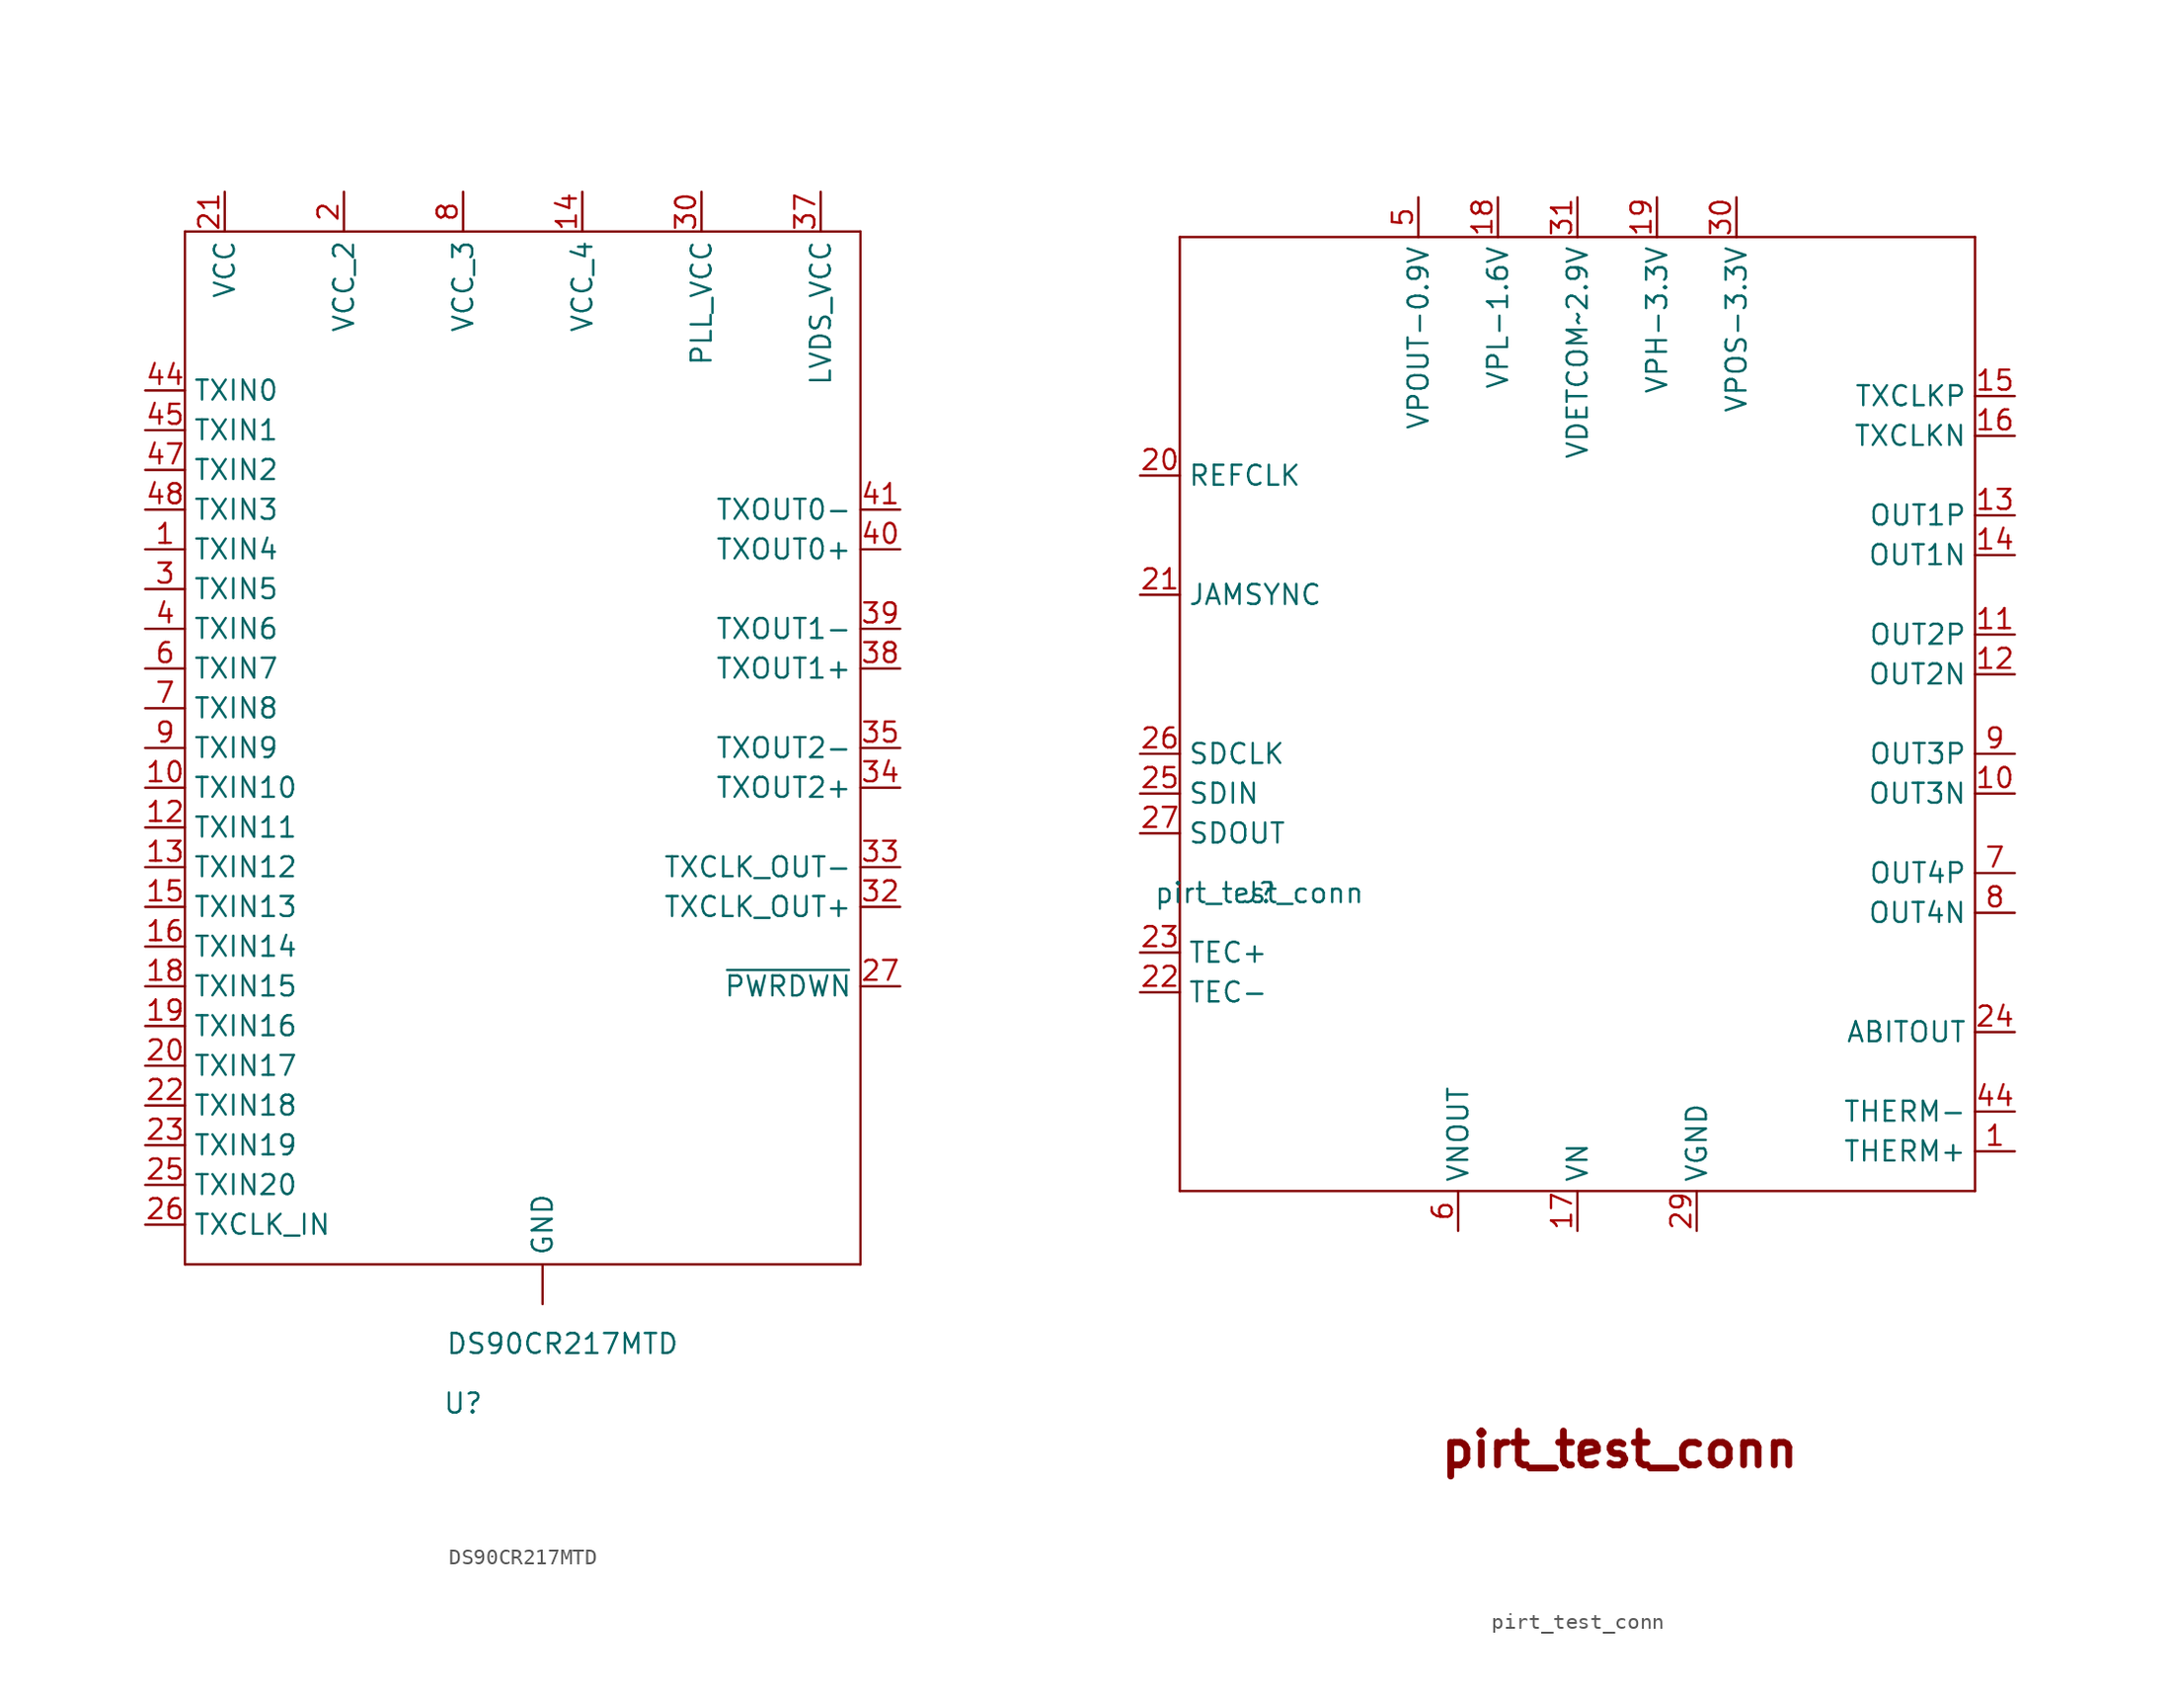
<source format=kicad_sym>
(kicad_symbol_lib
  (version 20201005)
  (generator kicad_symbol_editor)
  (symbol "proj_lib:DS90CR217MTD"
    (property "Reference" "U"
      (at -3.81 -41.91 0)
      (effects (font (size 1.27 1.27))))
    (property "Value" "DS90CR217MTD"
      (at 2.54 -38.1 0)
      (effects (font (size 1.27 1.27))))
    (symbol "DS90CR217MTD_1_0"
      (polyline (pts (xy -21.59 -33.02) (xy 21.59 -33.02)) (stroke (width 0.152)) (fill (type none)))
      (polyline (pts (xy -21.59 33.02) (xy -21.59 -33.02)) (stroke (width 0.152)) (fill (type none)))
      (polyline (pts (xy 21.59 -33.02) (xy 21.59 33.02)) (stroke (width 0.152)) (fill (type none)))
      (polyline (pts (xy 21.59 33.02) (xy -21.59 33.02)) (stroke (width 0.152)) (fill (type none)))
      (pin input line (at -24.13 12.7 0) (length 2.54) (name "TXIN4" (effects (font (size 1.27 1.27)))) (number "1" (effects (font (size 1.27 1.27)))))
      (pin input line (at -24.13 -2.54 0) (length 2.54) (name "TXIN10" (effects (font (size 1.27 1.27)))) (number "10" (effects (font (size 1.27 1.27)))))
      (pin power_in line (at 1.27 -35.56 90) (length 2.54) (name "GND" (effects (font (size 1.27 1.27)))) (number "11" (effects (font (size 0 0)))))
      (pin input line (at -24.13 -5.08 0) (length 2.54) (name "TXIN11" (effects (font (size 1.27 1.27)))) (number "12" (effects (font (size 1.27 1.27)))))
      (pin input line (at -24.13 -7.62 0) (length 2.54) (name "TXIN12" (effects (font (size 1.27 1.27)))) (number "13" (effects (font (size 1.27 1.27)))))
      (pin power_in line (at 3.81 35.56 270) (length 2.54) (name "VCC_4" (effects (font (size 1.27 1.27)))) (number "14" (effects (font (size 1.27 1.27)))))
      (pin input line (at -24.13 -10.16 0) (length 2.54) (name "TXIN13" (effects (font (size 1.27 1.27)))) (number "15" (effects (font (size 1.27 1.27)))))
      (pin input line (at -24.13 -12.7 0) (length 2.54) (name "TXIN14" (effects (font (size 1.27 1.27)))) (number "16" (effects (font (size 1.27 1.27)))))
      (pin input line (at -24.13 -15.24 0) (length 2.54) (name "TXIN15" (effects (font (size 1.27 1.27)))) (number "18" (effects (font (size 1.27 1.27)))))
      (pin input line (at -24.13 -17.78 0) (length 2.54) (name "TXIN16" (effects (font (size 1.27 1.27)))) (number "19" (effects (font (size 1.27 1.27)))))
      (pin power_in line (at -11.43 35.56 270) (length 2.54) (name "VCC_2" (effects (font (size 1.27 1.27)))) (number "2" (effects (font (size 1.27 1.27)))))
      (pin input line (at -24.13 -20.32 0) (length 2.54) (name "TXIN17" (effects (font (size 1.27 1.27)))) (number "20" (effects (font (size 1.27 1.27)))))
      (pin power_in line (at -19.05 35.56 270) (length 2.54) (name "VCC" (effects (font (size 1.27 1.27)))) (number "21" (effects (font (size 1.27 1.27)))))
      (pin input line (at -24.13 -22.86 0) (length 2.54) (name "TXIN18" (effects (font (size 1.27 1.27)))) (number "22" (effects (font (size 1.27 1.27)))))
      (pin input line (at -24.13 -25.4 0) (length 2.54) (name "TXIN19" (effects (font (size 1.27 1.27)))) (number "23" (effects (font (size 1.27 1.27)))))
      (pin input line (at -24.13 -27.94 0) (length 2.54) (name "TXIN20" (effects (font (size 1.27 1.27)))) (number "25" (effects (font (size 1.27 1.27)))))
      (pin passive line (at -24.13 -30.48 0) (length 2.54) (name "TXCLK_IN" (effects (font (size 1.27 1.27)))) (number "26" (effects (font (size 1.27 1.27)))))
      (pin passive line (at 24.13 -15.24 180) (length 2.54) (name "~PWRDWN" (effects (font (size 1.27 1.27)))) (number "27" (effects (font (size 1.27 1.27)))))
      (pin input line (at -24.13 10.16 0) (length 2.54) (name "TXIN5" (effects (font (size 1.27 1.27)))) (number "3" (effects (font (size 1.27 1.27)))))
      (pin power_in line (at 11.43 35.56 270) (length 2.54) (name "PLL_VCC" (effects (font (size 1.27 1.27)))) (number "30" (effects (font (size 1.27 1.27)))))
      (pin output line (at 24.13 -10.16 180) (length 2.54) (name "TXCLK_OUT+" (effects (font (size 1.27 1.27)))) (number "32" (effects (font (size 1.27 1.27)))))
      (pin output line (at 24.13 -7.62 180) (length 2.54) (name "TXCLK_OUT-" (effects (font (size 1.27 1.27)))) (number "33" (effects (font (size 1.27 1.27)))))
      (pin output line (at 24.13 -2.54 180) (length 2.54) (name "TXOUT2+" (effects (font (size 1.27 1.27)))) (number "34" (effects (font (size 1.27 1.27)))))
      (pin output line (at 24.13 0 180) (length 2.54) (name "TXOUT2-" (effects (font (size 1.27 1.27)))) (number "35" (effects (font (size 1.27 1.27)))))
      (pin passive line (at 19.05 35.56 270) (length 2.54) (name "LVDS_VCC" (effects (font (size 1.27 1.27)))) (number "37" (effects (font (size 1.27 1.27)))))
      (pin output line (at 24.13 5.08 180) (length 2.54) (name "TXOUT1+" (effects (font (size 1.27 1.27)))) (number "38" (effects (font (size 1.27 1.27)))))
      (pin output line (at 24.13 7.62 180) (length 2.54) (name "TXOUT1-" (effects (font (size 1.27 1.27)))) (number "39" (effects (font (size 1.27 1.27)))))
      (pin input line (at -24.13 7.62 0) (length 2.54) (name "TXIN6" (effects (font (size 1.27 1.27)))) (number "4" (effects (font (size 1.27 1.27)))))
      (pin output line (at 24.13 12.7 180) (length 2.54) (name "TXOUT0+" (effects (font (size 1.27 1.27)))) (number "40" (effects (font (size 1.27 1.27)))))
      (pin output line (at 24.13 15.24 180) (length 2.54) (name "TXOUT0-" (effects (font (size 1.27 1.27)))) (number "41" (effects (font (size 1.27 1.27)))))
      (pin input line (at -24.13 22.86 0) (length 2.54) (name "TXIN0" (effects (font (size 1.27 1.27)))) (number "44" (effects (font (size 1.27 1.27)))))
      (pin input line (at -24.13 20.32 0) (length 2.54) (name "TXIN1" (effects (font (size 1.27 1.27)))) (number "45" (effects (font (size 1.27 1.27)))))
      (pin input line (at -24.13 17.78 0) (length 2.54) (name "TXIN2" (effects (font (size 1.27 1.27)))) (number "47" (effects (font (size 1.27 1.27)))))
      (pin input line (at -24.13 15.24 0) (length 2.54) (name "TXIN3" (effects (font (size 1.27 1.27)))) (number "48" (effects (font (size 1.27 1.27)))))
      (pin input line (at -24.13 5.08 0) (length 2.54) (name "TXIN7" (effects (font (size 1.27 1.27)))) (number "6" (effects (font (size 1.27 1.27)))))
      (pin input line (at -24.13 2.54 0) (length 2.54) (name "TXIN8" (effects (font (size 1.27 1.27)))) (number "7" (effects (font (size 1.27 1.27)))))
      (pin power_in line (at -3.81 35.56 270) (length 2.54) (name "VCC_3" (effects (font (size 1.27 1.27)))) (number "8" (effects (font (size 1.27 1.27)))))
      (pin input line (at -24.13 0 0) (length 2.54) (name "TXIN9" (effects (font (size 1.27 1.27)))) (number "9" (effects (font (size 1.27 1.27)))))))
  (symbol "proj_lib:pirt_test_conn"
    (property "Reference" "J"
      (at -19.05 -7.62 0)
      (effects (font (size 1.27 1.27))))
    (property "Value" "pirt_test_conn"
      (at -19.05 -7.62 0)
      (effects (font (size 1.27 1.27))))
    (symbol "pirt_test_conn_1_0"
      (text "pirt_test_conn" (at -7.62 -44.45 0) (effects (font (size 2.159 2.159) (thickness 0.432) bold) (justify left bottom)))
      (polyline (pts (xy -24.13 -26.67) (xy -24.13 34.29)) (stroke (width 0.152)) (fill (type none)))
      (polyline (pts (xy -24.13 34.29) (xy 26.67 34.29)) (stroke (width 0.152)) (fill (type none)))
      (polyline (pts (xy 26.67 -26.67) (xy -24.13 -26.67)) (stroke (width 0.152)) (fill (type none)))
      (polyline (pts (xy 26.67 34.29) (xy 26.67 -26.67)) (stroke (width 0.152)) (fill (type none)))
      (pin passive line (at 29.21 -24.13 180) (length 2.54) (name "THERM+" (effects (font (size 1.27 1.27)))) (number "1" (effects (font (size 1.27 1.27)))))
      (pin input line (at 29.21 -1.27 180) (length 2.54) (name "OUT3N" (effects (font (size 1.27 1.27)))) (number "10" (effects (font (size 1.27 1.27)))))
      (pin input line (at 29.21 8.89 180) (length 2.54) (name "OUT2P" (effects (font (size 1.27 1.27)))) (number "11" (effects (font (size 1.27 1.27)))))
      (pin input line (at 29.21 6.35 180) (length 2.54) (name "OUT2N" (effects (font (size 1.27 1.27)))) (number "12" (effects (font (size 1.27 1.27)))))
      (pin input line (at 29.21 16.51 180) (length 2.54) (name "OUT1P" (effects (font (size 1.27 1.27)))) (number "13" (effects (font (size 1.27 1.27)))))
      (pin input line (at 29.21 13.97 180) (length 2.54) (name "OUT1N" (effects (font (size 1.27 1.27)))) (number "14" (effects (font (size 1.27 1.27)))))
      (pin input line (at 29.21 24.13 180) (length 2.54) (name "TXCLKP" (effects (font (size 1.27 1.27)))) (number "15" (effects (font (size 1.27 1.27)))))
      (pin input line (at 29.21 21.59 180) (length 2.54) (name "TXCLKN" (effects (font (size 1.27 1.27)))) (number "16" (effects (font (size 1.27 1.27)))))
      (pin power_out line (at 1.27 -29.21 90) (length 2.54) (name "VN" (effects (font (size 1.27 1.27)))) (number "17" (effects (font (size 1.27 1.27)))))
      (pin power_out line (at -3.81 36.83 270) (length 2.54) (name "VPL-1.6V" (effects (font (size 1.27 1.27)))) (number "18" (effects (font (size 1.27 1.27)))))
      (pin power_out line (at 6.35 36.83 270) (length 2.54) (name "VPH-3.3V" (effects (font (size 1.27 1.27)))) (number "19" (effects (font (size 1.27 1.27)))))
      (pin input line (at -26.67 19.05 0) (length 2.54) (name "REFCLK" (effects (font (size 1.27 1.27)))) (number "20" (effects (font (size 1.27 1.27)))))
      (pin input line (at -26.67 11.43 0) (length 2.54) (name "JAMSYNC" (effects (font (size 1.27 1.27)))) (number "21" (effects (font (size 1.27 1.27)))))
      (pin passive line (at -26.67 -13.97 0) (length 2.54) (name "TEC-" (effects (font (size 1.27 1.27)))) (number "22" (effects (font (size 1.27 1.27)))))
      (pin passive line (at -26.67 -11.43 0) (length 2.54) (name "TEC+" (effects (font (size 1.27 1.27)))) (number "23" (effects (font (size 1.27 1.27)))))
      (pin output line (at 29.21 -16.51 180) (length 2.54) (name "ABITOUT" (effects (font (size 1.27 1.27)))) (number "24" (effects (font (size 1.27 1.27)))))
      (pin input line (at -26.67 -1.27 0) (length 2.54) (name "SDIN" (effects (font (size 1.27 1.27)))) (number "25" (effects (font (size 1.27 1.27)))))
      (pin input line (at -26.67 1.27 0) (length 2.54) (name "SDCLK" (effects (font (size 1.27 1.27)))) (number "26" (effects (font (size 1.27 1.27)))))
      (pin output line (at -26.67 -3.81 0) (length 2.54) (name "SDOUT" (effects (font (size 1.27 1.27)))) (number "27" (effects (font (size 1.27 1.27)))))
      (pin power_out line (at 8.89 -29.21 90) (length 2.54) (name "VGND" (effects (font (size 1.27 1.27)))) (number "29" (effects (font (size 1.27 1.27)))))
      (pin power_out line (at 11.43 36.83 270) (length 2.54) (name "VPOS-3.3V" (effects (font (size 1.27 1.27)))) (number "30" (effects (font (size 1.27 1.27)))))
      (pin power_out line (at 1.27 36.83 270) (length 2.54) (name "VDETCOM~~2.9V" (effects (font (size 1.27 1.27)))) (number "31" (effects (font (size 1.27 1.27)))))
      (pin passive line (at 29.21 -21.59 180) (length 2.54) (name "THERM-" (effects (font (size 1.27 1.27)))) (number "44" (effects (font (size 1.27 1.27)))))
      (pin power_out line (at -8.89 36.83 270) (length 2.54) (name "VPOUT-0.9V" (effects (font (size 1.27 1.27)))) (number "5" (effects (font (size 1.27 1.27)))))
      (pin power_out line (at -6.35 -29.21 90) (length 2.54) (name "VNOUT" (effects (font (size 1.27 1.27)))) (number "6" (effects (font (size 1.27 1.27)))))
      (pin input line (at 29.21 -6.35 180) (length 2.54) (name "OUT4P" (effects (font (size 1.27 1.27)))) (number "7" (effects (font (size 1.27 1.27)))))
      (pin input line (at 29.21 -8.89 180) (length 2.54) (name "OUT4N" (effects (font (size 1.27 1.27)))) (number "8" (effects (font (size 1.27 1.27)))))
      (pin input line (at 29.21 1.27 180) (length 2.54) (name "OUT3P" (effects (font (size 1.27 1.27)))) (number "9" (effects (font (size 1.27 1.27))))))))
</source>
